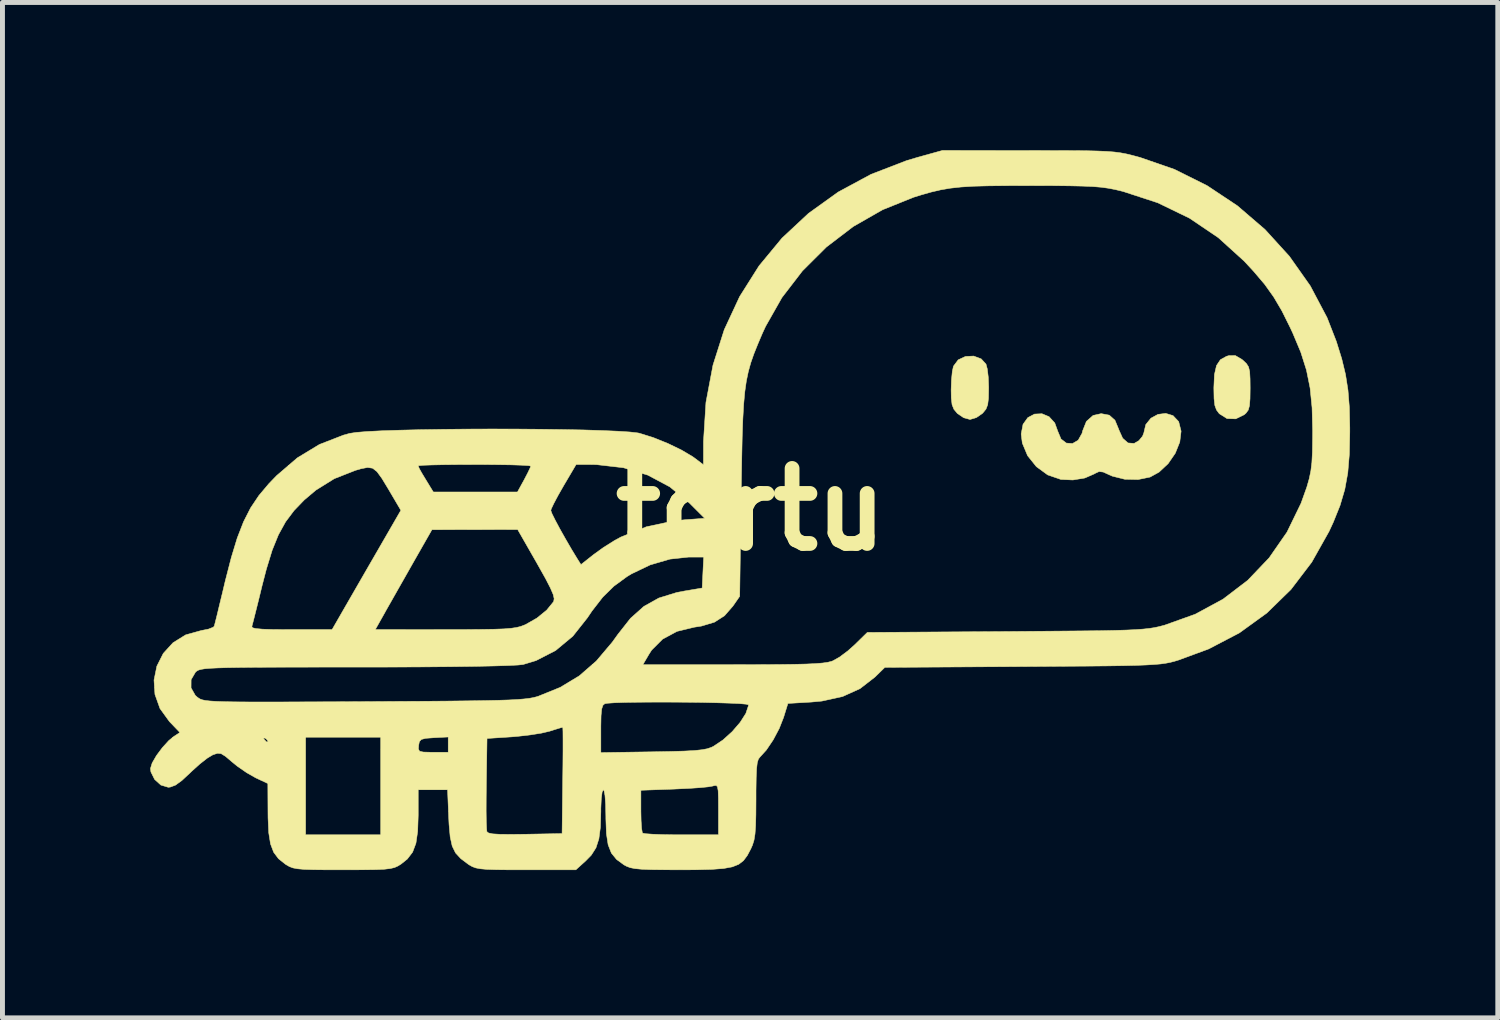
<source format=kicad_pcb>
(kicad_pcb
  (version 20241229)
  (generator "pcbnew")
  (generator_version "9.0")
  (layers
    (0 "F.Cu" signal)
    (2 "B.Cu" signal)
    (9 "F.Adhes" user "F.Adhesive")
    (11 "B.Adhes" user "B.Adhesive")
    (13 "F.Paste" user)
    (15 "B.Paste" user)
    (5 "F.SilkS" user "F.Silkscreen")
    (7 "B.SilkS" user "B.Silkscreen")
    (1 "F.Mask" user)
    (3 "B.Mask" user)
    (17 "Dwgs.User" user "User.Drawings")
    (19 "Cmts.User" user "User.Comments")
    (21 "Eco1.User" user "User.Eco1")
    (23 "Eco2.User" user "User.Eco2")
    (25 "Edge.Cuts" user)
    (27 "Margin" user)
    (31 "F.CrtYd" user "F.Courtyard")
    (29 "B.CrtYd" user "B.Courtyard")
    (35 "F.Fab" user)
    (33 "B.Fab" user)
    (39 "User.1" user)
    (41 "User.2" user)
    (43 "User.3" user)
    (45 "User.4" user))
  (footprint "tortu"
    (layer "F.Cu")
    (at 12.197 7.295)
    (property "Reference" "tortu" (at 0 0 0) (layer "F.SilkS") (effects (font (size 1.524 1.524) (thickness 0.3))))
    (attr through_hole)
    (fp_poly (pts (xy 4.674 -3.059) (xy 4.772 -2.952) (xy 4.798 -2.854) (xy 4.818 -2.688) (xy 4.826 -2.488) (xy 4.826 -2.465) (xy 4.822 -2.26) (xy 4.806 -2.128) (xy 4.771 -2.038) (xy 4.709 -1.962) (xy 4.701 -1.953) (xy 4.577 -1.867) (xy 4.45 -1.829) (xy 4.445 -1.829) (xy 4.318 -1.864) (xy 4.193 -1.949) (xy 4.189 -1.953) (xy 4.121 -2.034) (xy 4.083 -2.128) (xy 4.067 -2.265) (xy 4.064 -2.433) (xy 4.071 -2.631) (xy 4.088 -2.804) (xy 4.111 -2.91) (xy 4.207 -3.039) (xy 4.355 -3.108) (xy 4.521 -3.116) (xy 4.674 -3.059)) (stroke (width 0.01) (type solid)) (fill yes) (layer "F.SilkS"))
    (fp_poly (pts (xy 9.836 -3.125) (xy 9.967 -3.048) (xy 9.988 -3.031) (xy 10.059 -2.964) (xy 10.102 -2.896) (xy 10.125 -2.802) (xy 10.133 -2.654) (xy 10.135 -2.464) (xy 10.132 -2.247) (xy 10.121 -2.107) (xy 10.096 -2.019) (xy 10.051 -1.958) (xy 10.015 -1.926) (xy 9.842 -1.841) (xy 9.665 -1.847) (xy 9.511 -1.944) (xy 9.508 -1.946) (xy 9.452 -2.021) (xy 9.418 -2.114) (xy 9.402 -2.253) (xy 9.398 -2.465) (xy 9.398 -2.474) (xy 9.41 -2.741) (xy 9.452 -2.924) (xy 9.531 -3.042) (xy 9.655 -3.111) (xy 9.708 -3.126) (xy 9.836 -3.125)) (stroke (width 0.01) (type solid)) (fill yes) (layer "F.SilkS"))
    (fp_poly (pts (xy 8.569 -1.907) (xy 8.682 -1.787) (xy 8.684 -1.784) (xy 8.733 -1.591) (xy 8.706 -1.37) (xy 8.615 -1.143) (xy 8.47 -0.932) (xy 8.285 -0.759) (xy 8.103 -0.659) (xy 7.859 -0.609) (xy 7.587 -0.615) (xy 7.336 -0.678) (xy 7.281 -0.702) (xy 7.152 -0.761) (xy 7.068 -0.771) (xy 6.989 -0.735) (xy 6.971 -0.724) (xy 6.778 -0.64) (xy 6.536 -0.6) (xy 6.29 -0.611) (xy 6.289 -0.612) (xy 6.024 -0.703) (xy 5.794 -0.871) (xy 5.616 -1.093) (xy 5.509 -1.349) (xy 5.486 -1.534) (xy 5.524 -1.731) (xy 5.621 -1.866) (xy 5.757 -1.938) (xy 5.908 -1.945) (xy 6.052 -1.885) (xy 6.168 -1.758) (xy 6.228 -1.592) (xy 6.295 -1.432) (xy 6.403 -1.349) (xy 6.528 -1.34) (xy 6.643 -1.407) (xy 6.722 -1.548) (xy 6.733 -1.595) (xy 6.81 -1.789) (xy 6.946 -1.91) (xy 7.11 -1.947) (xy 7.275 -1.916) (xy 7.39 -1.813) (xy 7.468 -1.625) (xy 7.47 -1.617) (xy 7.547 -1.447) (xy 7.655 -1.352) (xy 7.779 -1.342) (xy 7.874 -1.397) (xy 7.95 -1.488) (xy 7.976 -1.555) (xy 8.016 -1.725) (xy 8.12 -1.854) (xy 8.263 -1.932) (xy 8.421 -1.952) (xy 8.569 -1.907)) (stroke (width 0.01) (type solid)) (fill yes) (layer "F.SilkS"))
    (fp_poly (pts (xy 5.639 -7.289) (xy 6.107 -7.288) (xy 6.487 -7.287) (xy 6.79 -7.285) (xy 7.031 -7.279) (xy 7.222 -7.271) (xy 7.375 -7.259) (xy 7.505 -7.242) (xy 7.622 -7.22) (xy 7.742 -7.191) (xy 7.875 -7.155) (xy 7.898 -7.149) (xy 8.599 -6.906) (xy 9.261 -6.576) (xy 9.876 -6.167) (xy 10.436 -5.686) (xy 10.932 -5.141) (xy 11.355 -4.542) (xy 11.697 -3.895) (xy 11.884 -3.415) (xy 11.994 -3.062) (xy 12.071 -2.743) (xy 12.121 -2.424) (xy 12.149 -2.074) (xy 12.158 -1.661) (xy 12.158 -1.575) (xy 12.149 -1.124) (xy 12.117 -0.744) (xy 12.056 -0.407) (xy 11.96 -0.082) (xy 11.823 0.258) (xy 11.738 0.442) (xy 11.385 1.07) (xy 10.963 1.624) (xy 10.473 2.102) (xy 9.916 2.505) (xy 9.292 2.831) (xy 8.678 3.057) (xy 8.595 3.082) (xy 8.513 3.103) (xy 8.425 3.12) (xy 8.32 3.135) (xy 8.19 3.146) (xy 8.026 3.156) (xy 7.819 3.164) (xy 7.559 3.17) (xy 7.238 3.175) (xy 6.847 3.179) (xy 6.377 3.182) (xy 5.819 3.186) (xy 5.512 3.188) (xy 2.718 3.205) (xy 2.515 3.403) (xy 2.213 3.637) (xy 1.859 3.797) (xy 1.44 3.889) (xy 1.226 3.909) (xy 0.75 3.937) (xy 0.662 4.221) (xy 0.574 4.445) (xy 0.451 4.677) (xy 0.313 4.882) (xy 0.184 5.024) (xy 0.182 5.026) (xy 0.151 5.067) (xy 0.128 5.14) (xy 0.114 5.262) (xy 0.106 5.446) (xy 0.102 5.708) (xy 0.102 5.883) (xy 0.1 6.194) (xy 0.094 6.422) (xy 0.082 6.588) (xy 0.062 6.712) (xy 0.031 6.812) (xy -0.004 6.891) (xy -0.075 7.025) (xy -0.152 7.128) (xy -0.249 7.203) (xy -0.379 7.255) (xy -0.557 7.288) (xy -0.798 7.306) (xy -1.115 7.314) (xy -1.428 7.315) (xy -1.773 7.314) (xy -2.033 7.311) (xy -2.222 7.303) (xy -2.356 7.29) (xy -2.452 7.271) (xy -2.525 7.243) (xy -2.579 7.214) (xy -2.729 7.104) (xy -2.834 6.975) (xy -2.9 6.807) (xy -2.935 6.58) (xy -2.946 6.276) (xy -2.946 6.236) (xy -2.951 5.988) (xy -2.964 5.807) (xy -2.983 5.706) (xy -2.989 5.7) (xy -2.235 5.7) (xy -2.235 6.118) (xy -2.231 6.315) (xy -2.221 6.471) (xy -2.206 6.56) (xy -2.201 6.57) (xy -2.141 6.582) (xy -1.998 6.592) (xy -1.791 6.6) (xy -1.538 6.604) (xy -1.414 6.604) (xy -0.66 6.604) (xy -0.66 6.09) (xy -0.661 5.858) (xy -0.666 5.711) (xy -0.68 5.631) (xy -0.705 5.602) (xy -0.748 5.606) (xy -0.775 5.614) (xy -0.867 5.63) (xy -1.038 5.647) (xy -1.264 5.662) (xy -1.522 5.674) (xy -1.562 5.676) (xy -2.235 5.7) (xy -2.989 5.7) (xy -2.997 5.69) (xy -3.022 5.737) (xy -3.039 5.869) (xy -3.048 6.068) (xy -3.048 6.134) (xy -3.057 6.449) (xy -3.088 6.686) (xy -3.147 6.868) (xy -3.241 7.016) (xy -3.354 7.132) (xy -3.556 7.315) (xy -4.565 7.315) (xy -4.911 7.315) (xy -5.17 7.312) (xy -5.36 7.306) (xy -5.494 7.294) (xy -5.588 7.276) (xy -5.658 7.25) (xy -5.72 7.215) (xy -5.741 7.201) (xy -5.892 7.087) (xy -5.998 6.972) (xy -6.066 6.833) (xy -6.107 6.647) (xy -6.13 6.393) (xy -6.137 6.25) (xy -6.142 6.123) (xy -5.377 6.123) (xy -5.374 6.337) (xy -5.368 6.482) (xy -5.362 6.54) (xy -5.328 6.567) (xy -5.244 6.585) (xy -5.095 6.594) (xy -4.87 6.596) (xy -4.586 6.593) (xy -3.835 6.579) (xy -3.822 5.499) (xy -3.818 5.18) (xy -3.816 4.899) (xy -3.816 4.67) (xy -3.817 4.507) (xy -3.819 4.454) (xy -3.048 4.454) (xy -3.048 4.935) (xy -1.994 4.919) (xy -1.63 4.912) (xy -1.352 4.904) (xy -1.146 4.893) (xy -0.996 4.877) (xy -0.888 4.857) (xy -0.806 4.829) (xy -0.762 4.808) (xy -0.568 4.678) (xy -0.381 4.509) (xy -0.22 4.322) (xy -0.104 4.14) (xy -0.052 3.985) (xy -0.051 3.964) (xy -0.099 3.952) (xy -0.233 3.94) (xy -0.438 3.931) (xy -0.699 3.923) (xy -0.999 3.916) (xy -1.323 3.912) (xy -1.656 3.91) (xy -1.982 3.91) (xy -2.286 3.912) (xy -2.553 3.916) (xy -2.767 3.923) (xy -2.912 3.933) (xy -2.968 3.942) (xy -3.006 3.975) (xy -3.031 4.051) (xy -3.044 4.187) (xy -3.048 4.403) (xy -3.048 4.454) (xy -3.819 4.454) (xy -3.82 4.426) (xy -3.822 4.42) (xy -3.874 4.434) (xy -3.992 4.47) (xy -4.089 4.501) (xy -4.255 4.54) (xy -4.483 4.576) (xy -4.736 4.605) (xy -4.851 4.615) (xy -5.359 4.648) (xy -5.373 5.561) (xy -5.376 5.858) (xy -5.377 6.123) (xy -6.142 6.123) (xy -6.16 5.69) (xy -6.756 5.69) (xy -6.756 6.21) (xy -6.767 6.533) (xy -6.802 6.775) (xy -6.87 6.956) (xy -6.977 7.096) (xy -7.107 7.2) (xy -7.171 7.239) (xy -7.238 7.269) (xy -7.324 7.289) (xy -7.443 7.303) (xy -7.613 7.311) (xy -7.849 7.314) (xy -8.165 7.315) (xy -8.28 7.315) (xy -8.625 7.315) (xy -8.883 7.312) (xy -9.072 7.306) (xy -9.205 7.294) (xy -9.3 7.276) (xy -9.371 7.249) (xy -9.434 7.213) (xy -9.454 7.2) (xy -9.593 7.089) (xy -9.691 6.958) (xy -9.755 6.788) (xy -9.791 6.562) (xy -9.805 6.259) (xy -9.806 6.147) (xy -9.809 5.563) (xy -10.054 5.448) (xy -10.236 5.345) (xy -10.432 5.209) (xy -10.536 5.124) (xy -10.669 5.011) (xy -10.758 4.956) (xy -10.832 4.949) (xy -10.92 4.978) (xy -10.928 4.981) (xy -11.038 5.047) (xy -11.189 5.165) (xy -11.351 5.311) (xy -11.383 5.342) (xy -11.556 5.503) (xy -11.685 5.596) (xy -11.79 5.635) (xy -11.832 5.639) (xy -11.981 5.594) (xy -12.108 5.479) (xy -12.183 5.328) (xy -12.192 5.258) (xy -12.158 5.147) (xy -12.071 4.996) (xy -11.951 4.835) (xy -11.821 4.692) (xy -11.754 4.637) (xy -9.898 4.637) (xy -9.885 4.666) (xy -9.834 4.72) (xy -9.805 4.709) (xy -9.804 4.702) (xy -9.84 4.659) (xy -9.863 4.643) (xy -9.898 4.637) (xy -11.754 4.637) (xy -11.737 4.623) (xy -9.042 4.623) (xy -9.042 6.604) (xy -7.518 6.604) (xy -7.518 4.865) (xy -6.752 4.865) (xy -6.728 4.907) (xy -6.653 4.924) (xy -6.504 4.928) (xy -6.455 4.928) (xy -6.147 4.928) (xy -6.147 4.618) (xy -6.439 4.633) (xy -6.604 4.645) (xy -6.693 4.668) (xy -6.733 4.714) (xy -6.747 4.788) (xy -6.752 4.865) (xy -7.518 4.865) (xy -7.518 4.623) (xy -9.042 4.623) (xy -11.737 4.623) (xy -11.72 4.609) (xy -11.594 4.527) (xy -11.808 4.304) (xy -11.999 4.04) (xy -12.101 3.754) (xy -12.11 3.621) (xy -11.368 3.621) (xy -11.282 3.773) (xy -11.242 3.809) (xy -11.213 3.83) (xy -11.181 3.849) (xy -11.138 3.864) (xy -11.076 3.877) (xy -10.987 3.887) (xy -10.865 3.895) (xy -10.701 3.901) (xy -10.487 3.905) (xy -10.217 3.907) (xy -9.882 3.908) (xy -9.475 3.907) (xy -8.988 3.905) (xy -8.413 3.903) (xy -7.851 3.9) (xy -7.191 3.896) (xy -6.623 3.893) (xy -6.142 3.889) (xy -5.738 3.884) (xy -5.404 3.879) (xy -5.132 3.873) (xy -4.914 3.866) (xy -4.742 3.857) (xy -4.608 3.846) (xy -4.504 3.834) (xy -4.422 3.819) (xy -4.354 3.802) (xy -4.318 3.791) (xy -3.872 3.61) (xy -3.486 3.377) (xy -3.225 3.15) (xy -2.195 3.15) (xy -0.359 3.15) (xy 0.137 3.149) (xy 0.543 3.147) (xy 0.867 3.143) (xy 1.121 3.137) (xy 1.314 3.128) (xy 1.458 3.116) (xy 1.562 3.101) (xy 1.637 3.082) (xy 1.665 3.071) (xy 1.801 2.994) (xy 1.967 2.87) (xy 2.108 2.744) (xy 2.362 2.495) (xy 5.182 2.477) (xy 5.79 2.472) (xy 6.306 2.468) (xy 6.739 2.464) (xy 7.097 2.46) (xy 7.39 2.454) (xy 7.626 2.447) (xy 7.815 2.438) (xy 7.966 2.427) (xy 8.087 2.414) (xy 8.189 2.398) (xy 8.279 2.379) (xy 8.367 2.356) (xy 8.401 2.347) (xy 9.021 2.125) (xy 9.584 1.82) (xy 10.086 1.437) (xy 10.52 0.982) (xy 10.883 0.459) (xy 11.168 -0.127) (xy 11.286 -0.457) (xy 11.334 -0.625) (xy 11.367 -0.783) (xy 11.388 -0.955) (xy 11.399 -1.168) (xy 11.403 -1.445) (xy 11.404 -1.6) (xy 11.392 -2.067) (xy 11.352 -2.467) (xy 11.278 -2.832) (xy 11.163 -3.194) (xy 10.999 -3.585) (xy 10.949 -3.692) (xy 10.78 -4.032) (xy 10.614 -4.314) (xy 10.43 -4.572) (xy 10.204 -4.838) (xy 10.013 -5.044) (xy 9.488 -5.52) (xy 8.904 -5.915) (xy 8.261 -6.227) (xy 7.561 -6.456) (xy 7.534 -6.463) (xy 7.393 -6.497) (xy 7.258 -6.523) (xy 7.115 -6.543) (xy 6.948 -6.557) (xy 6.742 -6.566) (xy 6.483 -6.572) (xy 6.155 -6.576) (xy 5.743 -6.577) (xy 5.664 -6.577) (xy 5.202 -6.576) (xy 4.825 -6.572) (xy 4.517 -6.564) (xy 4.263 -6.548) (xy 4.045 -6.524) (xy 3.849 -6.49) (xy 3.657 -6.445) (xy 3.453 -6.387) (xy 3.302 -6.34) (xy 2.671 -6.086) (xy 2.077 -5.746) (xy 1.531 -5.329) (xy 1.045 -4.845) (xy 0.629 -4.304) (xy 0.296 -3.717) (xy 0.228 -3.569) (xy 0.136 -3.352) (xy 0.059 -3.16) (xy -0.004 -2.98) (xy -0.054 -2.8) (xy -0.094 -2.608) (xy -0.125 -2.392) (xy -0.148 -2.14) (xy -0.165 -1.84) (xy -0.178 -1.479) (xy -0.187 -1.045) (xy -0.196 -0.527) (xy -0.199 -0.3) (xy -0.229 1.762) (xy -0.367 1.961) (xy -0.537 2.156) (xy -0.741 2.287) (xy -1.004 2.366) (xy -1.152 2.389) (xy -1.502 2.474) (xy -1.794 2.631) (xy -2.016 2.853) (xy -2.068 2.934) (xy -2.195 3.15) (xy -3.225 3.15) (xy -3.14 3.076) (xy -2.816 2.693) (xy -2.704 2.537) (xy -2.446 2.209) (xy -2.175 1.967) (xy -1.871 1.797) (xy -1.509 1.685) (xy -1.348 1.654) (xy -0.991 1.594) (xy -0.96 0.965) (xy -1.262 0.965) (xy -1.646 1.007) (xy -2.046 1.124) (xy -2.428 1.307) (xy -2.518 1.362) (xy -2.783 1.556) (xy -3.01 1.779) (xy -3.228 2.06) (xy -3.32 2.197) (xy -3.617 2.572) (xy -3.967 2.863) (xy -4.364 3.067) (xy -4.625 3.146) (xy -4.727 3.157) (xy -4.926 3.167) (xy -5.218 3.176) (xy -5.597 3.184) (xy -6.06 3.19) (xy -6.601 3.195) (xy -7.216 3.198) (xy -7.9 3.199) (xy -8.014 3.199) (xy -8.659 3.199) (xy -9.21 3.2) (xy -9.675 3.201) (xy -10.061 3.203) (xy -10.377 3.206) (xy -10.629 3.21) (xy -10.826 3.216) (xy -10.975 3.223) (xy -11.083 3.232) (xy -11.159 3.244) (xy -11.211 3.258) (xy -11.245 3.275) (xy -11.27 3.294) (xy -11.278 3.302) (xy -11.367 3.454) (xy -11.368 3.621) (xy -12.11 3.621) (xy -12.12 3.462) (xy -12.062 3.179) (xy -11.932 2.921) (xy -11.735 2.705) (xy -11.478 2.545) (xy -11.165 2.458) (xy -11.162 2.457) (xy -11.015 2.428) (xy -10.917 2.389) (xy -10.904 2.375) (xy -10.134 2.375) (xy -10.12 2.4) (xy -10.051 2.417) (xy -9.916 2.429) (xy -9.703 2.436) (xy -9.401 2.438) (xy -9.331 2.438) (xy -8.505 2.438) (xy -7.628 2.438) (xy -6.214 2.437) (xy -5.794 2.437) (xy -5.463 2.434) (xy -5.206 2.43) (xy -5.013 2.423) (xy -4.869 2.411) (xy -4.761 2.395) (xy -4.676 2.374) (xy -4.602 2.346) (xy -4.572 2.333) (xy -4.346 2.204) (xy -4.148 2.043) (xy -4.013 1.877) (xy -4.005 1.864) (xy -3.996 1.809) (xy -4.016 1.723) (xy -4.073 1.591) (xy -4.171 1.401) (xy -4.317 1.141) (xy -4.346 1.089) (xy -4.737 0.406) (xy -6.477 0.409) (xy -6.858 1.077) (xy -7.011 1.347) (xy -7.165 1.618) (xy -7.304 1.863) (xy -7.413 2.055) (xy -7.433 2.092) (xy -7.628 2.438) (xy -8.505 2.438) (xy -8.25 1.994) (xy -8.134 1.793) (xy -7.983 1.531) (xy -7.813 1.236) (xy -7.639 0.935) (xy -7.551 0.783) (xy -7.11 0.019) (xy -4.064 0.019) (xy -4.04 0.084) (xy -3.974 0.217) (xy -3.879 0.395) (xy -3.764 0.599) (xy -3.643 0.808) (xy -3.525 1.002) (xy -3.524 1.003) (xy -3.452 1.118) (xy -3.189 0.91) (xy -2.993 0.769) (xy -2.772 0.63) (xy -2.642 0.559) (xy -2.123 0.35) (xy -1.564 0.231) (xy -1.346 0.208) (xy -0.94 0.178) (xy -1.252 -0.134) (xy -1.647 -0.46) (xy -2.093 -0.698) (xy -2.591 -0.849) (xy -3.139 -0.912) (xy -3.261 -0.914) (xy -3.55 -0.914) (xy -3.807 -0.478) (xy -3.916 -0.287) (xy -4.002 -0.125) (xy -4.054 -0.015) (xy -4.064 0.019) (xy -7.11 0.019) (xy -7.108 0.016) (xy -7.367 -0.424) (xy -7.495 -0.635) (xy -7.593 -0.769) (xy -7.682 -0.839) (xy -7.784 -0.854) (xy -7.919 -0.828) (xy -8.031 -0.795) (xy -8.459 -0.627) (xy -8.833 -0.394) (xy -9.07 -0.194) (xy -9.277 0.021) (xy -9.449 0.25) (xy -9.594 0.513) (xy -9.721 0.826) (xy -9.839 1.21) (xy -9.927 1.549) (xy -9.992 1.817) (xy -10.051 2.053) (xy -10.097 2.236) (xy -10.127 2.35) (xy -10.134 2.375) (xy -10.904 2.375) (xy -10.897 2.368) (xy -10.88 2.302) (xy -10.843 2.155) (xy -10.792 1.943) (xy -10.729 1.684) (xy -10.673 1.448) (xy -10.55 0.971) (xy -10.43 0.577) (xy -10.302 0.248) (xy -10.159 -0.033) (xy -9.991 -0.284) (xy -9.789 -0.524) (xy -9.632 -0.687) (xy -9.399 -0.887) (xy -6.756 -0.887) (xy -6.733 -0.829) (xy -6.68 -0.735) (xy -6.592 -0.59) (xy -6.527 -0.483) (xy -6.449 -0.356) (xy -4.741 -0.356) (xy -4.605 -0.604) (xy -4.531 -0.746) (xy -4.482 -0.849) (xy -4.47 -0.883) (xy -4.519 -0.892) (xy -4.654 -0.9) (xy -4.863 -0.907) (xy -5.13 -0.911) (xy -5.442 -0.914) (xy -5.613 -0.914) (xy -5.942 -0.913) (xy -6.234 -0.91) (xy -6.474 -0.905) (xy -6.649 -0.899) (xy -6.743 -0.891) (xy -6.756 -0.887) (xy -9.399 -0.887) (xy -9.209 -1.05) (xy -8.762 -1.321) (xy -8.273 -1.511) (xy -8.146 -1.546) (xy -8.013 -1.566) (xy -7.791 -1.584) (xy -7.492 -1.599) (xy -7.129 -1.611) (xy -6.715 -1.621) (xy -6.261 -1.628) (xy -5.78 -1.633) (xy -5.285 -1.635) (xy -4.788 -1.634) (xy -4.301 -1.63) (xy -3.837 -1.624) (xy -3.408 -1.616) (xy -3.027 -1.604) (xy -2.705 -1.59) (xy -2.457 -1.574) (xy -2.293 -1.555) (xy -2.259 -1.547) (xy -1.983 -1.461) (xy -1.688 -1.342) (xy -1.409 -1.207) (xy -1.183 -1.073) (xy -1.132 -1.036) (xy -0.965 -0.909) (xy -0.964 -1.382) (xy -0.914 -2.175) (xy -0.771 -2.933) (xy -0.542 -3.652) (xy -0.229 -4.325) (xy 0.163 -4.946) (xy 0.63 -5.511) (xy 1.168 -6.013) (xy 1.771 -6.446) (xy 2.436 -6.805) (xy 3.159 -7.084) (xy 3.378 -7.149) (xy 3.886 -7.29) (xy 5.639 -7.289)) (stroke (width 0.01) (type solid)) (fill yes) (layer "F.SilkS")))
  (gr_rect
    (start -3 -3)
    (end 27.36 17.615)
    (stroke (width 0.1) (type default))
    (fill no)
    (layer "Edge.Cuts")))
</source>
